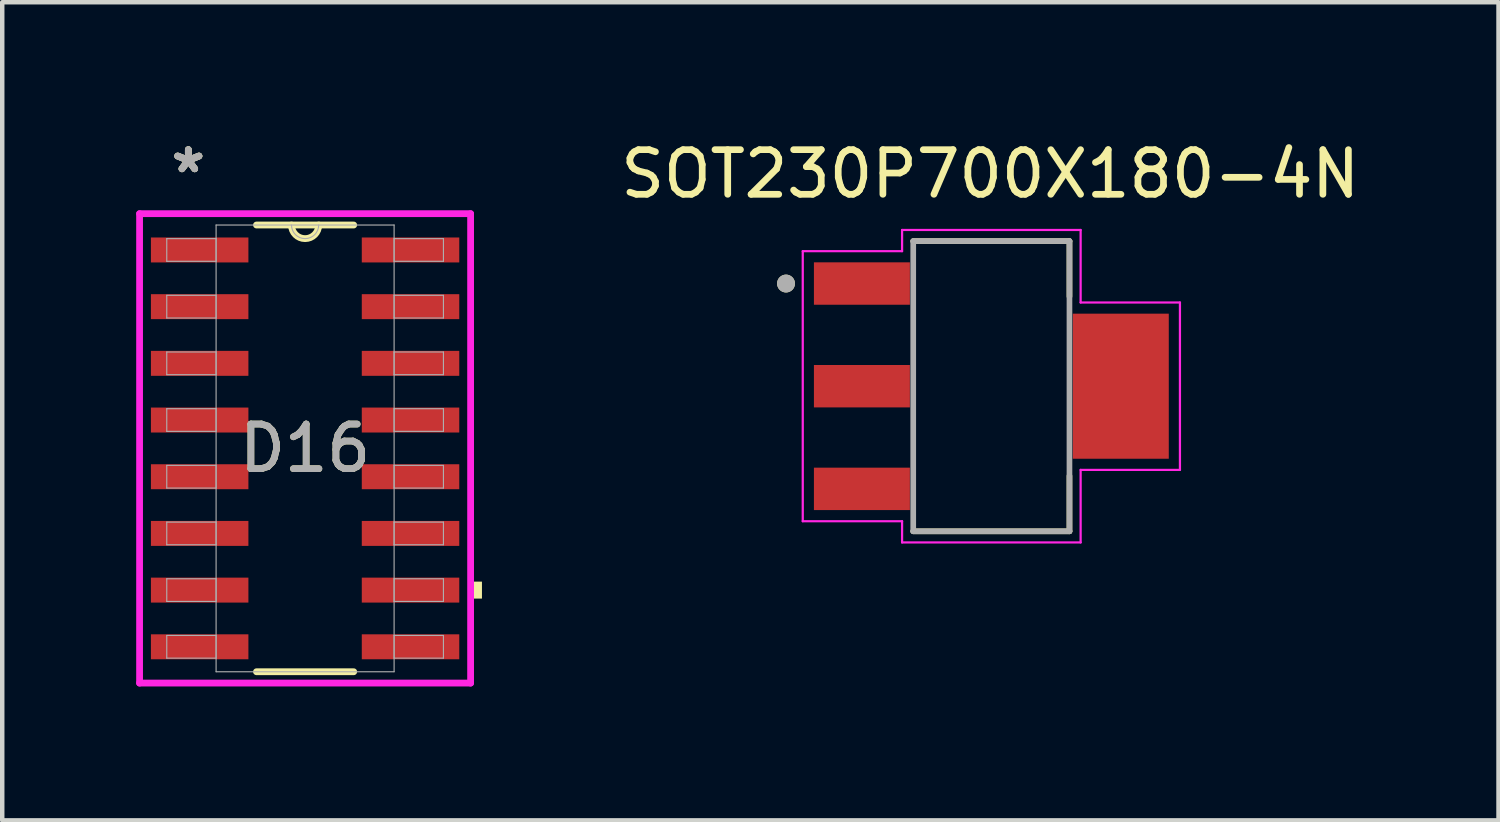
<source format=kicad_pcb>
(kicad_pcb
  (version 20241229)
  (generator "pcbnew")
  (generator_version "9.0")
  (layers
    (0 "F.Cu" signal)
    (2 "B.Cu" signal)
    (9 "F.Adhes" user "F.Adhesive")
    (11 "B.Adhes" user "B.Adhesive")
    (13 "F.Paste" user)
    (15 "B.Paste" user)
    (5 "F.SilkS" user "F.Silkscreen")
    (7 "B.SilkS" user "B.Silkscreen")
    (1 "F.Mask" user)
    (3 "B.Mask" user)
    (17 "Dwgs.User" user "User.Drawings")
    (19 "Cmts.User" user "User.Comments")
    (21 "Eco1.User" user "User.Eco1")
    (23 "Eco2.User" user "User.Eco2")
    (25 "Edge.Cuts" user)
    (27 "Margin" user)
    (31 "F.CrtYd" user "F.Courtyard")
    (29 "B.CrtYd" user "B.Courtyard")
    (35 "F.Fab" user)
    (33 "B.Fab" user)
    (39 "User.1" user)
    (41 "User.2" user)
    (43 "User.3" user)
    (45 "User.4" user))
  (footprint "D16"
    (layer "F.Cu")
    (at 3.785 6.995)
    (property "Reference" "D16" (at 0 0 0) (unlocked yes) (layer "F.SilkS") (effects (font (size 1 1) (thickness 0.15))))
    (attr smd)
    (fp_line (start -1.089 5.004) (end 1.089 5.004) (stroke (width 0.152) (type solid)) (layer "F.SilkS"))
    (fp_line (start 1.089 -5.004) (end -1.089 -5.004) (stroke (width 0.152) (type solid)) (layer "F.SilkS"))
    (fp_arc (start 0.3048 -5.0038) (mid 0 -4.699) (end -0.3048 -5.0038) (stroke (width 0.1524) (type solid)) (layer "F.SilkS"))
    (fp_poly (pts (xy 3.962 2.985) (xy 3.962 3.365) (xy 3.708 3.365) (xy 3.708 2.985)) (stroke (width 0) (type solid)) (fill yes) (layer "F.SilkS"))
    (fp_line (start -3.708 -5.258) (end 3.708 -5.258) (stroke (width 0.152) (type solid)) (layer "F.CrtYd"))
    (fp_line (start -3.708 5.258) (end -3.708 -5.258) (stroke (width 0.152) (type solid)) (layer "F.CrtYd"))
    (fp_line (start 3.708 -5.258) (end 3.708 5.258) (stroke (width 0.152) (type solid)) (layer "F.CrtYd"))
    (fp_line (start 3.708 5.258) (end -3.708 5.258) (stroke (width 0.152) (type solid)) (layer "F.CrtYd"))
    (fp_line (start -3.099 -4.699) (end -3.099 -4.191) (stroke (width 0.025) (type solid)) (layer "F.Fab"))
    (fp_line (start -3.099 -4.191) (end -1.994 -4.191) (stroke (width 0.025) (type solid)) (layer "F.Fab"))
    (fp_line (start -3.099 -3.429) (end -3.099 -2.921) (stroke (width 0.025) (type solid)) (layer "F.Fab"))
    (fp_line (start -3.099 -2.921) (end -1.994 -2.921) (stroke (width 0.025) (type solid)) (layer "F.Fab"))
    (fp_line (start -3.099 -2.159) (end -3.099 -1.651) (stroke (width 0.025) (type solid)) (layer "F.Fab"))
    (fp_line (start -3.099 -1.651) (end -1.994 -1.651) (stroke (width 0.025) (type solid)) (layer "F.Fab"))
    (fp_line (start -3.099 -0.889) (end -3.099 -0.381) (stroke (width 0.025) (type solid)) (layer "F.Fab"))
    (fp_line (start -3.099 -0.381) (end -1.994 -0.381) (stroke (width 0.025) (type solid)) (layer "F.Fab"))
    (fp_line (start -3.099 0.381) (end -3.099 0.889) (stroke (width 0.025) (type solid)) (layer "F.Fab"))
    (fp_line (start -3.099 0.889) (end -1.994 0.889) (stroke (width 0.025) (type solid)) (layer "F.Fab"))
    (fp_line (start -3.099 1.651) (end -3.099 2.159) (stroke (width 0.025) (type solid)) (layer "F.Fab"))
    (fp_line (start -3.099 2.159) (end -1.994 2.159) (stroke (width 0.025) (type solid)) (layer "F.Fab"))
    (fp_line (start -3.099 2.921) (end -3.099 3.429) (stroke (width 0.025) (type solid)) (layer "F.Fab"))
    (fp_line (start -3.099 3.429) (end -1.994 3.429) (stroke (width 0.025) (type solid)) (layer "F.Fab"))
    (fp_line (start -3.099 4.191) (end -3.099 4.699) (stroke (width 0.025) (type solid)) (layer "F.Fab"))
    (fp_line (start -3.099 4.699) (end -1.994 4.699) (stroke (width 0.025) (type solid)) (layer "F.Fab"))
    (fp_line (start -1.994 -5.004) (end -1.994 5.004) (stroke (width 0.025) (type solid)) (layer "F.Fab"))
    (fp_line (start -1.994 -4.699) (end -3.099 -4.699) (stroke (width 0.025) (type solid)) (layer "F.Fab"))
    (fp_line (start -1.994 -4.191) (end -1.994 -4.699) (stroke (width 0.025) (type solid)) (layer "F.Fab"))
    (fp_line (start -1.994 -3.429) (end -3.099 -3.429) (stroke (width 0.025) (type solid)) (layer "F.Fab"))
    (fp_line (start -1.994 -2.921) (end -1.994 -3.429) (stroke (width 0.025) (type solid)) (layer "F.Fab"))
    (fp_line (start -1.994 -2.159) (end -3.099 -2.159) (stroke (width 0.025) (type solid)) (layer "F.Fab"))
    (fp_line (start -1.994 -1.651) (end -1.994 -2.159) (stroke (width 0.025) (type solid)) (layer "F.Fab"))
    (fp_line (start -1.994 -0.889) (end -3.099 -0.889) (stroke (width 0.025) (type solid)) (layer "F.Fab"))
    (fp_line (start -1.994 -0.381) (end -1.994 -0.889) (stroke (width 0.025) (type solid)) (layer "F.Fab"))
    (fp_line (start -1.994 0.381) (end -3.099 0.381) (stroke (width 0.025) (type solid)) (layer "F.Fab"))
    (fp_line (start -1.994 0.889) (end -1.994 0.381) (stroke (width 0.025) (type solid)) (layer "F.Fab"))
    (fp_line (start -1.994 1.651) (end -3.099 1.651) (stroke (width 0.025) (type solid)) (layer "F.Fab"))
    (fp_line (start -1.994 2.159) (end -1.994 1.651) (stroke (width 0.025) (type solid)) (layer "F.Fab"))
    (fp_line (start -1.994 2.921) (end -3.099 2.921) (stroke (width 0.025) (type solid)) (layer "F.Fab"))
    (fp_line (start -1.994 3.429) (end -1.994 2.921) (stroke (width 0.025) (type solid)) (layer "F.Fab"))
    (fp_line (start -1.994 4.191) (end -3.099 4.191) (stroke (width 0.025) (type solid)) (layer "F.Fab"))
    (fp_line (start -1.994 4.699) (end -1.994 4.191) (stroke (width 0.025) (type solid)) (layer "F.Fab"))
    (fp_line (start -1.994 5.004) (end 1.994 5.004) (stroke (width 0.025) (type solid)) (layer "F.Fab"))
    (fp_line (start 1.994 -5.004) (end -1.994 -5.004) (stroke (width 0.025) (type solid)) (layer "F.Fab"))
    (fp_line (start 1.994 -4.699) (end 1.994 -4.191) (stroke (width 0.025) (type solid)) (layer "F.Fab"))
    (fp_line (start 1.994 -4.191) (end 3.099 -4.191) (stroke (width 0.025) (type solid)) (layer "F.Fab"))
    (fp_line (start 1.994 -3.429) (end 1.994 -2.921) (stroke (width 0.025) (type solid)) (layer "F.Fab"))
    (fp_line (start 1.994 -2.921) (end 3.099 -2.921) (stroke (width 0.025) (type solid)) (layer "F.Fab"))
    (fp_line (start 1.994 -2.159) (end 1.994 -1.651) (stroke (width 0.025) (type solid)) (layer "F.Fab"))
    (fp_line (start 1.994 -1.651) (end 3.099 -1.651) (stroke (width 0.025) (type solid)) (layer "F.Fab"))
    (fp_line (start 1.994 -0.889) (end 1.994 -0.381) (stroke (width 0.025) (type solid)) (layer "F.Fab"))
    (fp_line (start 1.994 -0.381) (end 3.099 -0.381) (stroke (width 0.025) (type solid)) (layer "F.Fab"))
    (fp_line (start 1.994 0.381) (end 1.994 0.889) (stroke (width 0.025) (type solid)) (layer "F.Fab"))
    (fp_line (start 1.994 0.889) (end 3.099 0.889) (stroke (width 0.025) (type solid)) (layer "F.Fab"))
    (fp_line (start 1.994 1.651) (end 1.994 2.159) (stroke (width 0.025) (type solid)) (layer "F.Fab"))
    (fp_line (start 1.994 2.159) (end 3.099 2.159) (stroke (width 0.025) (type solid)) (layer "F.Fab"))
    (fp_line (start 1.994 2.921) (end 1.994 3.429) (stroke (width 0.025) (type solid)) (layer "F.Fab"))
    (fp_line (start 1.994 3.429) (end 3.099 3.429) (stroke (width 0.025) (type solid)) (layer "F.Fab"))
    (fp_line (start 1.994 4.191) (end 1.994 4.699) (stroke (width 0.025) (type solid)) (layer "F.Fab"))
    (fp_line (start 1.994 4.699) (end 3.099 4.699) (stroke (width 0.025) (type solid)) (layer "F.Fab"))
    (fp_line (start 1.994 5.004) (end 1.994 -5.004) (stroke (width 0.025) (type solid)) (layer "F.Fab"))
    (fp_line (start 3.099 -4.699) (end 1.994 -4.699) (stroke (width 0.025) (type solid)) (layer "F.Fab"))
    (fp_line (start 3.099 -4.191) (end 3.099 -4.699) (stroke (width 0.025) (type solid)) (layer "F.Fab"))
    (fp_line (start 3.099 -3.429) (end 1.994 -3.429) (stroke (width 0.025) (type solid)) (layer "F.Fab"))
    (fp_line (start 3.099 -2.921) (end 3.099 -3.429) (stroke (width 0.025) (type solid)) (layer "F.Fab"))
    (fp_line (start 3.099 -2.159) (end 1.994 -2.159) (stroke (width 0.025) (type solid)) (layer "F.Fab"))
    (fp_line (start 3.099 -1.651) (end 3.099 -2.159) (stroke (width 0.025) (type solid)) (layer "F.Fab"))
    (fp_line (start 3.099 -0.889) (end 1.994 -0.889) (stroke (width 0.025) (type solid)) (layer "F.Fab"))
    (fp_line (start 3.099 -0.381) (end 3.099 -0.889) (stroke (width 0.025) (type solid)) (layer "F.Fab"))
    (fp_line (start 3.099 0.381) (end 1.994 0.381) (stroke (width 0.025) (type solid)) (layer "F.Fab"))
    (fp_line (start 3.099 0.889) (end 3.099 0.381) (stroke (width 0.025) (type solid)) (layer "F.Fab"))
    (fp_line (start 3.099 1.651) (end 1.994 1.651) (stroke (width 0.025) (type solid)) (layer "F.Fab"))
    (fp_line (start 3.099 2.159) (end 3.099 1.651) (stroke (width 0.025) (type solid)) (layer "F.Fab"))
    (fp_line (start 3.099 2.921) (end 1.994 2.921) (stroke (width 0.025) (type solid)) (layer "F.Fab"))
    (fp_line (start 3.099 3.429) (end 3.099 2.921) (stroke (width 0.025) (type solid)) (layer "F.Fab"))
    (fp_line (start 3.099 4.191) (end 1.994 4.191) (stroke (width 0.025) (type solid)) (layer "F.Fab"))
    (fp_line (start 3.099 4.699) (end 3.099 4.191) (stroke (width 0.025) (type solid)) (layer "F.Fab"))
    (fp_arc (start 0.3048 -5.0038) (mid 0 -4.699) (end -0.3048 -5.0038) (stroke (width 0.0254) (type solid)) (layer "F.Fab"))
    (fp_text user "*" (at -2.616 -6.147 0) (layer "F.SilkS") (effects (font (size 1 1) (thickness 0.15))))
    (fp_text user "*" (at -2.616 -6.147 0) (unlocked yes) (layer "F.SilkS") (effects (font (size 1 1) (thickness 0.15))))
    (fp_text user "*" (at -2.616 -6.147 0) (unlocked yes) (layer "F.Fab") (effects (font (size 1 1) (thickness 0.15))))
    (fp_text user "*" (at -2.616 -6.147 0) (layer "F.Fab") (effects (font (size 1 1) (thickness 0.15))))
    (fp_text user "${REFERENCE}" (at 0 0 0) (unlocked yes) (layer "F.Fab") (effects (font (size 1 1) (thickness 0.15))))
    (pad "1" smd rect (at -2.362 -4.445) (size 2.184 0.559) (layers "F.Cu" "F.Mask" "F.Paste"))
    (pad "2" smd rect (at -2.362 -3.175) (size 2.184 0.559) (layers "F.Cu" "F.Mask" "F.Paste"))
    (pad "3" smd rect (at -2.362 -1.905) (size 2.184 0.559) (layers "F.Cu" "F.Mask" "F.Paste"))
    (pad "4" smd rect (at -2.362 -0.635) (size 2.184 0.559) (layers "F.Cu" "F.Mask" "F.Paste"))
    (pad "5" smd rect (at -2.362 0.635) (size 2.184 0.559) (layers "F.Cu" "F.Mask" "F.Paste"))
    (pad "6" smd rect (at -2.362 1.905) (size 2.184 0.559) (layers "F.Cu" "F.Mask" "F.Paste"))
    (pad "7" smd rect (at -2.362 3.175) (size 2.184 0.559) (layers "F.Cu" "F.Mask" "F.Paste"))
    (pad "8" smd rect (at -2.362 4.445) (size 2.184 0.559) (layers "F.Cu" "F.Mask" "F.Paste"))
    (pad "9" smd rect (at 2.362 4.445) (size 2.184 0.559) (layers "F.Cu" "F.Mask" "F.Paste"))
    (pad "10" smd rect (at 2.362 3.175) (size 2.184 0.559) (layers "F.Cu" "F.Mask" "F.Paste"))
    (pad "11" smd rect (at 2.362 1.905) (size 2.184 0.559) (layers "F.Cu" "F.Mask" "F.Paste"))
    (pad "12" smd rect (at 2.362 0.635) (size 2.184 0.559) (layers "F.Cu" "F.Mask" "F.Paste"))
    (pad "13" smd rect (at 2.362 -0.635) (size 2.184 0.559) (layers "F.Cu" "F.Mask" "F.Paste"))
    (pad "14" smd rect (at 2.362 -1.905) (size 2.184 0.559) (layers "F.Cu" "F.Mask" "F.Paste"))
    (pad "15" smd rect (at 2.362 -3.175) (size 2.184 0.559) (layers "F.Cu" "F.Mask" "F.Paste"))
    (pad "16" smd rect (at 2.362 -4.445) (size 2.184 0.559) (layers "F.Cu" "F.Mask" "F.Paste")))
  (footprint "SOT230P700X180-4N"
    (layer "F.Cu")
    (at 19.159 5.602)
    (property "Reference" "SOT230P700X180-4N" (at -0.025 -4.754 0) (layer "F.SilkS") (effects (font (size 1 1) (thickness 0.15))))
    (attr smd)
    (fp_line (start -1.75 -3.25) (end 1.75 -3.25) (stroke (width 0.127) (type solid)) (layer "F.SilkS"))
    (fp_line (start -1.75 3.25) (end 1.75 3.25) (stroke (width 0.127) (type solid)) (layer "F.SilkS"))
    (fp_line (start 1.75 -3.25) (end 1.75 -2.01) (stroke (width 0.127) (type solid)) (layer "F.SilkS"))
    (fp_line (start 1.75 3.25) (end 1.75 2.01) (stroke (width 0.127) (type solid)) (layer "F.SilkS"))
    (fp_circle (center -4.6 -2.3) (end -4.5 -2.3) (stroke (width 0.2) (type solid)) (fill no) (layer "F.SilkS"))
    (fp_line (start -4.225 -3.025) (end -4.225 3.025) (stroke (width 0.05) (type solid)) (layer "F.CrtYd"))
    (fp_line (start -4.225 3.025) (end -2 3.025) (stroke (width 0.05) (type solid)) (layer "F.CrtYd"))
    (fp_line (start -2 -3.5) (end -2 -3.025) (stroke (width 0.05) (type solid)) (layer "F.CrtYd"))
    (fp_line (start -2 -3.025) (end -4.225 -3.025) (stroke (width 0.05) (type solid)) (layer "F.CrtYd"))
    (fp_line (start -2 3.025) (end -2 3.5) (stroke (width 0.05) (type solid)) (layer "F.CrtYd"))
    (fp_line (start -2 3.5) (end 2 3.5) (stroke (width 0.05) (type solid)) (layer "F.CrtYd"))
    (fp_line (start 2 -3.5) (end -2 -3.5) (stroke (width 0.05) (type solid)) (layer "F.CrtYd"))
    (fp_line (start 2 -1.875) (end 2 -3.5) (stroke (width 0.05) (type solid)) (layer "F.CrtYd"))
    (fp_line (start 2 1.875) (end 4.225 1.875) (stroke (width 0.05) (type solid)) (layer "F.CrtYd"))
    (fp_line (start 2 3.5) (end 2 1.875) (stroke (width 0.05) (type solid)) (layer "F.CrtYd"))
    (fp_line (start 4.225 -1.875) (end 2 -1.875) (stroke (width 0.05) (type solid)) (layer "F.CrtYd"))
    (fp_line (start 4.225 1.875) (end 4.225 -1.875) (stroke (width 0.05) (type solid)) (layer "F.CrtYd"))
    (fp_line (start -1.75 -3.25) (end -1.75 3.25) (stroke (width 0.127) (type solid)) (layer "F.Fab"))
    (fp_line (start 1.75 -3.25) (end -1.75 -3.25) (stroke (width 0.127) (type solid)) (layer "F.Fab"))
    (fp_line (start 1.75 -3.25) (end 1.75 3.25) (stroke (width 0.127) (type solid)) (layer "F.Fab"))
    (fp_line (start 1.75 3.25) (end -1.75 3.25) (stroke (width 0.127) (type solid)) (layer "F.Fab"))
    (fp_circle (center -4.6 -2.3) (end -4.5 -2.3) (stroke (width 0.2) (type solid)) (fill no) (layer "F.Fab"))
    (pad "1" smd rect (at -2.9 -2.3) (size 2.15 0.95) (layers "F.Cu" "F.Mask" "F.Paste"))
    (pad "2" smd rect (at -2.9 0) (size 2.15 0.95) (layers "F.Cu" "F.Mask" "F.Paste"))
    (pad "3" smd rect (at -2.9 2.3) (size 2.15 0.95) (layers "F.Cu" "F.Mask" "F.Paste"))
    (pad "4" smd rect (at 2.9 0) (size 2.15 3.25) (layers "F.Cu" "F.Mask" "F.Paste")))
  (gr_rect
    (start -3 -3)
    (end 30.521 15.329)
    (stroke (width 0.1) (type default))
    (fill no)
    (layer "Edge.Cuts")))
</source>
